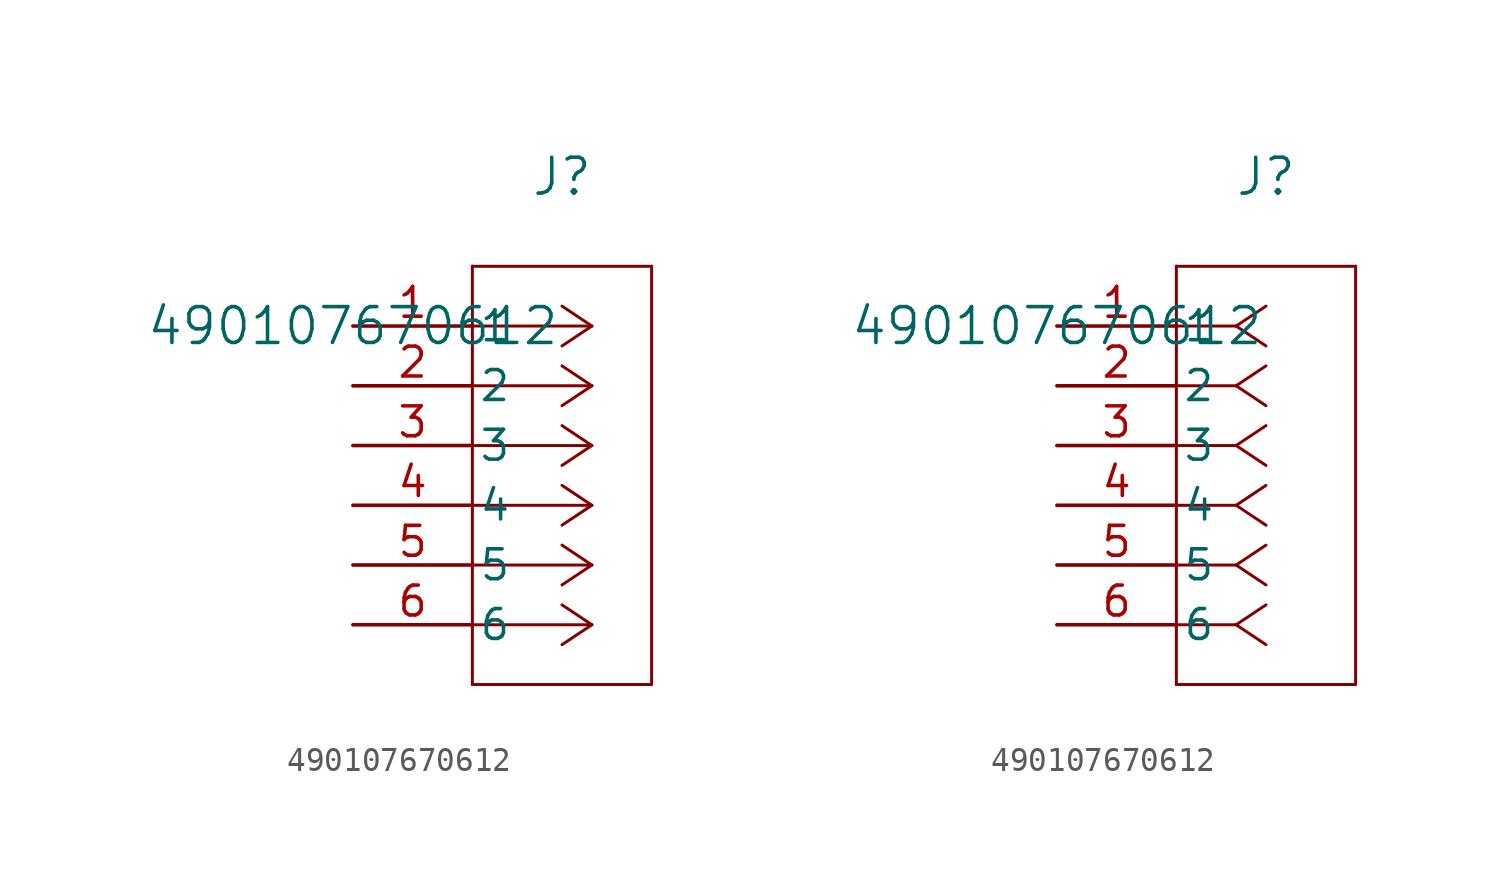
<source format=kicad_sym>
(kicad_symbol_lib
  (version 20211014)
  (generator kicad_symbol_editor)
  (symbol "490107670612"
    (pin_names
      (offset 0.254))
    (property "Reference" "J"
      (at 8.89 6.35 0)
      (effects (font (size 1.524 1.524))))
    (property "Value" "490107670612"
      (at 0 0 0)
      (effects (font (size 1.524 1.524))))
    (symbol "490107670612_1_1"
      (polyline (pts (xy 10.16 0) (xy 5.08 0)) (stroke (width 0.127) (type default) (color 0 0 0 0)) (fill (type none)))
      (polyline (pts (xy 10.16 -2.54) (xy 5.08 -2.54)) (stroke (width 0.127) (type default) (color 0 0 0 0)) (fill (type none)))
      (polyline (pts (xy 10.16 -5.08) (xy 5.08 -5.08)) (stroke (width 0.127) (type default) (color 0 0 0 0)) (fill (type none)))
      (polyline (pts (xy 10.16 -7.62) (xy 5.08 -7.62)) (stroke (width 0.127) (type default) (color 0 0 0 0)) (fill (type none)))
      (polyline (pts (xy 10.16 -10.16) (xy 5.08 -10.16)) (stroke (width 0.127) (type default) (color 0 0 0 0)) (fill (type none)))
      (polyline (pts (xy 10.16 -12.7) (xy 5.08 -12.7)) (stroke (width 0.127) (type default) (color 0 0 0 0)) (fill (type none)))
      (polyline (pts (xy 10.16 0) (xy 8.89 0.847)) (stroke (width 0.127) (type default) (color 0 0 0 0)) (fill (type none)))
      (polyline (pts (xy 10.16 -2.54) (xy 8.89 -1.693)) (stroke (width 0.127) (type default) (color 0 0 0 0)) (fill (type none)))
      (polyline (pts (xy 10.16 -5.08) (xy 8.89 -4.233)) (stroke (width 0.127) (type default) (color 0 0 0 0)) (fill (type none)))
      (polyline (pts (xy 10.16 -7.62) (xy 8.89 -6.773)) (stroke (width 0.127) (type default) (color 0 0 0 0)) (fill (type none)))
      (polyline (pts (xy 10.16 -10.16) (xy 8.89 -9.313)) (stroke (width 0.127) (type default) (color 0 0 0 0)) (fill (type none)))
      (polyline (pts (xy 10.16 -12.7) (xy 8.89 -11.853)) (stroke (width 0.127) (type default) (color 0 0 0 0)) (fill (type none)))
      (polyline (pts (xy 10.16 0) (xy 8.89 -0.847)) (stroke (width 0.127) (type default) (color 0 0 0 0)) (fill (type none)))
      (polyline (pts (xy 10.16 -2.54) (xy 8.89 -3.387)) (stroke (width 0.127) (type default) (color 0 0 0 0)) (fill (type none)))
      (polyline (pts (xy 10.16 -5.08) (xy 8.89 -5.927)) (stroke (width 0.127) (type default) (color 0 0 0 0)) (fill (type none)))
      (polyline (pts (xy 10.16 -7.62) (xy 8.89 -8.467)) (stroke (width 0.127) (type default) (color 0 0 0 0)) (fill (type none)))
      (polyline (pts (xy 10.16 -10.16) (xy 8.89 -11.007)) (stroke (width 0.127) (type default) (color 0 0 0 0)) (fill (type none)))
      (polyline (pts (xy 10.16 -12.7) (xy 8.89 -13.547)) (stroke (width 0.127) (type default) (color 0 0 0 0)) (fill (type none)))
      (polyline (pts (xy 5.08 2.54) (xy 5.08 -15.24)) (stroke (width 0.127) (type default) (color 0 0 0 0)) (fill (type none)))
      (polyline (pts (xy 5.08 -15.24) (xy 12.7 -15.24)) (stroke (width 0.127) (type default) (color 0 0 0 0)) (fill (type none)))
      (polyline (pts (xy 12.7 -15.24) (xy 12.7 2.54)) (stroke (width 0.127) (type default) (color 0 0 0 0)) (fill (type none)))
      (polyline (pts (xy 12.7 2.54) (xy 5.08 2.54)) (stroke (width 0.127) (type default) (color 0 0 0 0)) (fill (type none)))
      (pin unspecified line (at 0 0 0) (length 5.08) (name "1" (effects (font (size 1.27 1.27)))) (number "1" (effects (font (size 1.27 1.27)))))
      (pin unspecified line (at 0 -2.54 0) (length 5.08) (name "2" (effects (font (size 1.27 1.27)))) (number "2" (effects (font (size 1.27 1.27)))))
      (pin unspecified line (at 0 -5.08 0) (length 5.08) (name "3" (effects (font (size 1.27 1.27)))) (number "3" (effects (font (size 1.27 1.27)))))
      (pin unspecified line (at 0 -7.62 0) (length 5.08) (name "4" (effects (font (size 1.27 1.27)))) (number "4" (effects (font (size 1.27 1.27)))))
      (pin unspecified line (at 0 -10.16 0) (length 5.08) (name "5" (effects (font (size 1.27 1.27)))) (number "5" (effects (font (size 1.27 1.27)))))
      (pin unspecified line (at 0 -12.7 0) (length 5.08) (name "6" (effects (font (size 1.27 1.27)))) (number "6" (effects (font (size 1.27 1.27))))))
    (symbol "490107670612_1_2"
      (polyline (pts (xy 7.62 0) (xy 5.08 0)) (stroke (width 0.127) (type default) (color 0 0 0 0)) (fill (type none)))
      (polyline (pts (xy 7.62 -2.54) (xy 5.08 -2.54)) (stroke (width 0.127) (type default) (color 0 0 0 0)) (fill (type none)))
      (polyline (pts (xy 7.62 -5.08) (xy 5.08 -5.08)) (stroke (width 0.127) (type default) (color 0 0 0 0)) (fill (type none)))
      (polyline (pts (xy 7.62 -7.62) (xy 5.08 -7.62)) (stroke (width 0.127) (type default) (color 0 0 0 0)) (fill (type none)))
      (polyline (pts (xy 7.62 -10.16) (xy 5.08 -10.16)) (stroke (width 0.127) (type default) (color 0 0 0 0)) (fill (type none)))
      (polyline (pts (xy 7.62 -12.7) (xy 5.08 -12.7)) (stroke (width 0.127) (type default) (color 0 0 0 0)) (fill (type none)))
      (polyline (pts (xy 7.62 0) (xy 8.89 0.847)) (stroke (width 0.127) (type default) (color 0 0 0 0)) (fill (type none)))
      (polyline (pts (xy 7.62 -2.54) (xy 8.89 -1.693)) (stroke (width 0.127) (type default) (color 0 0 0 0)) (fill (type none)))
      (polyline (pts (xy 7.62 -5.08) (xy 8.89 -4.233)) (stroke (width 0.127) (type default) (color 0 0 0 0)) (fill (type none)))
      (polyline (pts (xy 7.62 -7.62) (xy 8.89 -6.773)) (stroke (width 0.127) (type default) (color 0 0 0 0)) (fill (type none)))
      (polyline (pts (xy 7.62 -10.16) (xy 8.89 -9.313)) (stroke (width 0.127) (type default) (color 0 0 0 0)) (fill (type none)))
      (polyline (pts (xy 7.62 -12.7) (xy 8.89 -11.853)) (stroke (width 0.127) (type default) (color 0 0 0 0)) (fill (type none)))
      (polyline (pts (xy 7.62 0) (xy 8.89 -0.847)) (stroke (width 0.127) (type default) (color 0 0 0 0)) (fill (type none)))
      (polyline (pts (xy 7.62 -2.54) (xy 8.89 -3.387)) (stroke (width 0.127) (type default) (color 0 0 0 0)) (fill (type none)))
      (polyline (pts (xy 7.62 -5.08) (xy 8.89 -5.927)) (stroke (width 0.127) (type default) (color 0 0 0 0)) (fill (type none)))
      (polyline (pts (xy 7.62 -7.62) (xy 8.89 -8.467)) (stroke (width 0.127) (type default) (color 0 0 0 0)) (fill (type none)))
      (polyline (pts (xy 7.62 -10.16) (xy 8.89 -11.007)) (stroke (width 0.127) (type default) (color 0 0 0 0)) (fill (type none)))
      (polyline (pts (xy 7.62 -12.7) (xy 8.89 -13.547)) (stroke (width 0.127) (type default) (color 0 0 0 0)) (fill (type none)))
      (polyline (pts (xy 5.08 2.54) (xy 5.08 -15.24)) (stroke (width 0.127) (type default) (color 0 0 0 0)) (fill (type none)))
      (polyline (pts (xy 5.08 -15.24) (xy 12.7 -15.24)) (stroke (width 0.127) (type default) (color 0 0 0 0)) (fill (type none)))
      (polyline (pts (xy 12.7 -15.24) (xy 12.7 2.54)) (stroke (width 0.127) (type default) (color 0 0 0 0)) (fill (type none)))
      (polyline (pts (xy 12.7 2.54) (xy 5.08 2.54)) (stroke (width 0.127) (type default) (color 0 0 0 0)) (fill (type none)))
      (pin unspecified line (at 0 0 0) (length 5.08) (name "1" (effects (font (size 1.27 1.27)))) (number "1" (effects (font (size 1.27 1.27)))))
      (pin unspecified line (at 0 -2.54 0) (length 5.08) (name "2" (effects (font (size 1.27 1.27)))) (number "2" (effects (font (size 1.27 1.27)))))
      (pin unspecified line (at 0 -5.08 0) (length 5.08) (name "3" (effects (font (size 1.27 1.27)))) (number "3" (effects (font (size 1.27 1.27)))))
      (pin unspecified line (at 0 -7.62 0) (length 5.08) (name "4" (effects (font (size 1.27 1.27)))) (number "4" (effects (font (size 1.27 1.27)))))
      (pin unspecified line (at 0 -10.16 0) (length 5.08) (name "5" (effects (font (size 1.27 1.27)))) (number "5" (effects (font (size 1.27 1.27)))))
      (pin unspecified line (at 0 -12.7 0) (length 5.08) (name "6" (effects (font (size 1.27 1.27)))) (number "6" (effects (font (size 1.27 1.27))))))))
</source>
